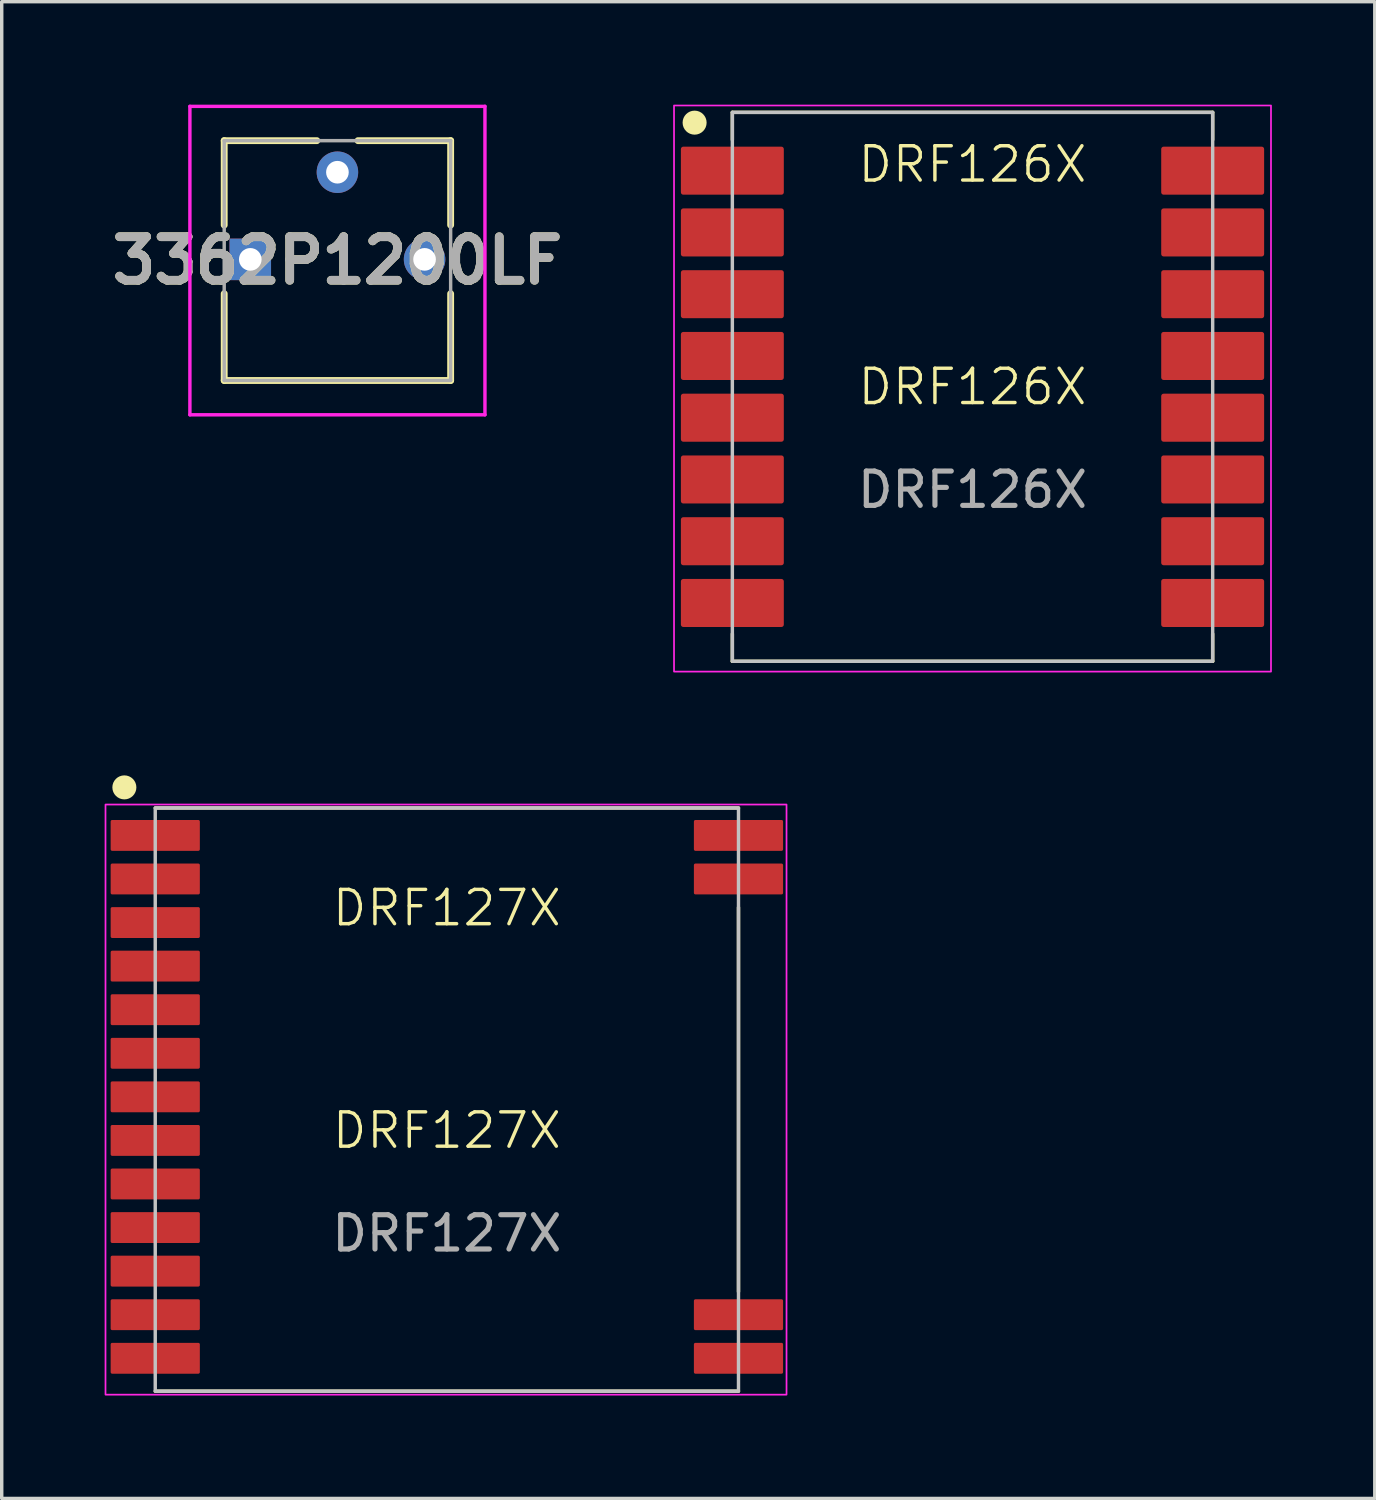
<source format=kicad_pcb>
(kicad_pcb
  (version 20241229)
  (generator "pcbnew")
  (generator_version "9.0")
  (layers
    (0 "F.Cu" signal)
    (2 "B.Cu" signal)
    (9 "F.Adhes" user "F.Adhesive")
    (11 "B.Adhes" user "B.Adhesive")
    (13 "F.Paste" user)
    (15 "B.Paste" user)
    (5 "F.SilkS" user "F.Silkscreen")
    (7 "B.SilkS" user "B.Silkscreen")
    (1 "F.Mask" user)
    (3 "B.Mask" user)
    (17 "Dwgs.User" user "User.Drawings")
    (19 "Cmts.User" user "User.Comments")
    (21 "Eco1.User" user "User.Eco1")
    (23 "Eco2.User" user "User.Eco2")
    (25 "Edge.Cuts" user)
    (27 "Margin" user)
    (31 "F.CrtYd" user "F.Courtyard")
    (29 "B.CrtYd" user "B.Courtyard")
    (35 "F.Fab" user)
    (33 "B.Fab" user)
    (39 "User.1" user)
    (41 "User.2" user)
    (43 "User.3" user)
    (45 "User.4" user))
  (footprint "3362P1200LF"
    (layer "F.Cu")
    (at 4.245 4.51)
    (property "Reference" "3362P1200LF" (at 2.54 0.035 0) (layer "F.SilkS") (effects (font (size 1.27 1.27) (thickness 0.254))))
    (attr through_hole)
    (fp_line (start -1.3 0) (end -1.3 0) (stroke (width 0.1) (type solid)) (layer "F.SilkS"))
    (fp_line (start -1.2 0) (end -1.2 0) (stroke (width 0.1) (type solid)) (layer "F.SilkS"))
    (fp_line (start -0.76 -3.46) (end 1.94 -3.46) (stroke (width 0.2) (type solid)) (layer "F.SilkS"))
    (fp_line (start -0.76 -1) (end -0.76 -3.46) (stroke (width 0.2) (type solid)) (layer "F.SilkS"))
    (fp_line (start -0.76 1) (end -0.76 3.53) (stroke (width 0.2) (type solid)) (layer "F.SilkS"))
    (fp_line (start -0.76 3.53) (end 5.84 3.53) (stroke (width 0.2) (type solid)) (layer "F.SilkS"))
    (fp_line (start 3.14 -3.46) (end 5.84 -3.46) (stroke (width 0.2) (type solid)) (layer "F.SilkS"))
    (fp_line (start 5.84 -3.46) (end 5.84 -1) (stroke (width 0.2) (type solid)) (layer "F.SilkS"))
    (fp_line (start 5.84 3.53) (end 5.84 1) (stroke (width 0.2) (type solid)) (layer "F.SilkS"))
    (fp_arc (start -1.3 0) (mid -1.25 -0.05) (end -1.2 0) (stroke (width 0.1) (type solid)) (layer "F.SilkS"))
    (fp_arc (start -1.2 0) (mid -1.25 0.05) (end -1.3 0) (stroke (width 0.1) (type solid)) (layer "F.SilkS"))
    (fp_line (start -1.76 -4.46) (end -1.76 4.53) (stroke (width 0.1) (type solid)) (layer "F.CrtYd"))
    (fp_line (start -1.76 4.53) (end 6.84 4.53) (stroke (width 0.1) (type solid)) (layer "F.CrtYd"))
    (fp_line (start 6.84 -4.46) (end -1.76 -4.46) (stroke (width 0.1) (type solid)) (layer "F.CrtYd"))
    (fp_line (start 6.84 4.53) (end 6.84 -4.46) (stroke (width 0.1) (type solid)) (layer "F.CrtYd"))
    (fp_line (start -0.76 -3.46) (end -0.76 3.53) (stroke (width 0.1) (type solid)) (layer "F.Fab"))
    (fp_line (start -0.76 3.53) (end 5.84 3.53) (stroke (width 0.1) (type solid)) (layer "F.Fab"))
    (fp_line (start 5.84 -3.46) (end -0.76 -3.46) (stroke (width 0.1) (type solid)) (layer "F.Fab"))
    (fp_line (start 5.84 3.53) (end 5.84 -3.46) (stroke (width 0.1) (type solid)) (layer "F.Fab"))
    (fp_text user "${REFERENCE}" (at 2.54 0.035 0) (layer "F.Fab") (effects (font (size 1.27 1.27) (thickness 0.254))))
    (pad "1" thru_hole rect (at 0 0) (size 1.21 1.21) (drill 0.66) (layers "*.Cu" "*.Mask"))
    (pad "2" thru_hole circle (at 2.54 -2.54) (size 1.21 1.21) (drill 0.66) (layers "*.Cu" "*.Mask"))
    (pad "3" thru_hole circle (at 5.08 0) (size 1.21 1.21) (drill 0.66) (layers "*.Cu" "*.Mask")))
  (footprint "DRF126X"
    (layer "F.Cu")
    (at 25.296 7.325)
    (property "Reference" "DRF126X" (at 0 0.9 0) (unlocked yes) (layer "F.SilkS") (effects (font (size 1 1) (thickness 0.1))))
    (attr smd)
    (fp_line (start -7 -7.1) (end 7 -7.1) (stroke (width 0.1) (type default)) (layer "F.SilkS"))
    (fp_line (start -7 -6.3) (end -7 -7.1) (stroke (width 0.1) (type default)) (layer "F.SilkS"))
    (fp_line (start -7 8.1) (end -7 8.9) (stroke (width 0.1) (type default)) (layer "F.SilkS"))
    (fp_line (start -7 8.9) (end 7 8.9) (stroke (width 0.1) (type default)) (layer "F.SilkS"))
    (fp_line (start 7 -7.1) (end 7 -6.3) (stroke (width 0.1) (type default)) (layer "F.SilkS"))
    (fp_line (start 7 8.9) (end 7 8.1) (stroke (width 0.1) (type default)) (layer "F.SilkS"))
    (fp_circle (center -8.1 -6.8) (end -7.8 -6.8) (stroke (width 0.1) (type solid)) (fill yes) (layer "F.SilkS"))
    (fp_rect (start -7 -7.1) (end 7 8.9) (stroke (width 0.1) (type solid)) (fill no) (layer "Dwgs.User"))
    (fp_rect (start -8.7 -7.3) (end 8.7 9.2) (stroke (width 0.05) (type default)) (fill no) (layer "F.CrtYd"))
    (fp_text user "DRF126X" (at -3.4 -5 0) (unlocked yes) (layer "F.SilkS") (effects (font (size 1 1) (thickness 0.1)) (justify left bottom)))
    (fp_text user "${REFERENCE}" (at 0 3.9 0) (unlocked yes) (layer "F.Fab") (effects (font (size 1 1) (thickness 0.15))))
    (pad "1" smd roundrect (at -7 -5.4) (size 3 1.4) (layers "F.Cu" "F.Mask" "F.Paste") (roundrect_rratio 0.05))
    (pad "2" smd roundrect (at -7 -3.6) (size 3 1.4) (layers "F.Cu" "F.Mask" "F.Paste") (roundrect_rratio 0.05))
    (pad "3" smd roundrect (at -7 -1.8) (size 3 1.4) (layers "F.Cu" "F.Mask" "F.Paste") (roundrect_rratio 0.05))
    (pad "4" smd roundrect (at -7 0) (size 3 1.4) (layers "F.Cu" "F.Mask" "F.Paste") (roundrect_rratio 0.05))
    (pad "5" smd roundrect (at -7 1.8) (size 3 1.4) (layers "F.Cu" "F.Mask" "F.Paste") (roundrect_rratio 0.05))
    (pad "6" smd roundrect (at -7 3.6) (size 3 1.4) (layers "F.Cu" "F.Mask" "F.Paste") (roundrect_rratio 0.05))
    (pad "7" smd roundrect (at -7 5.4) (size 3 1.4) (layers "F.Cu" "F.Mask" "F.Paste") (roundrect_rratio 0.05))
    (pad "8" smd roundrect (at -7 7.2) (size 3 1.4) (layers "F.Cu" "F.Mask" "F.Paste") (roundrect_rratio 0.05))
    (pad "9" smd roundrect (at 7 7.2) (size 3 1.4) (layers "F.Cu" "F.Mask" "F.Paste") (roundrect_rratio 0.05))
    (pad "10" smd roundrect (at 7 5.4) (size 3 1.4) (layers "F.Cu" "F.Mask" "F.Paste") (roundrect_rratio 0.05))
    (pad "11" smd roundrect (at 7 3.6) (size 3 1.4) (layers "F.Cu" "F.Mask" "F.Paste") (roundrect_rratio 0.05))
    (pad "12" smd roundrect (at 7 1.8) (size 3 1.4) (layers "F.Cu" "F.Mask" "F.Paste") (roundrect_rratio 0.05))
    (pad "13" smd roundrect (at 7 0) (size 3 1.4) (layers "F.Cu" "F.Mask" "F.Paste") (roundrect_rratio 0.05))
    (pad "14" smd roundrect (at 7 -1.8) (size 3 1.4) (layers "F.Cu" "F.Mask" "F.Paste") (roundrect_rratio 0.05))
    (pad "15" smd roundrect (at 7 -3.6) (size 3 1.4) (layers "F.Cu" "F.Mask" "F.Paste") (roundrect_rratio 0.05))
    (pad "16" smd roundrect (at 7 -5.4) (size 3 1.4) (layers "F.Cu" "F.Mask" "F.Paste") (roundrect_rratio 0.05)))
  (footprint "DRF127X"
    (layer "F.Cu")
    (at 9.975 29)
    (property "Reference" "DRF127X" (at 0 0.9 0) (unlocked yes) (layer "F.SilkS") (effects (font (size 1 1) (thickness 0.1))))
    (attr smd)
    (fp_line (start -8.5 -8.5) (end 8.5 -8.5) (stroke (width 0.1) (type solid)) (layer "F.SilkS"))
    (fp_line (start -8.5 8.5) (end 8.5 8.5) (stroke (width 0.1) (type solid)) (layer "F.SilkS"))
    (fp_line (start 8.5 -5.6) (end 8.5 5.6) (stroke (width 0.1) (type default)) (layer "F.SilkS"))
    (fp_circle (center -9.4 -9.1) (end -9.1 -9.1) (stroke (width 0.1) (type solid)) (fill yes) (layer "F.SilkS"))
    (fp_rect (start -8.5 -8.5) (end 8.5 8.5) (stroke (width 0.1) (type solid)) (fill no) (layer "Dwgs.User"))
    (fp_rect (start -9.95 -8.6) (end 9.9 8.6) (stroke (width 0.05) (type solid)) (fill no) (layer "F.CrtYd"))
    (fp_text user "DRF127X" (at -3.4 -5 0) (unlocked yes) (layer "F.SilkS") (effects (font (size 1 1) (thickness 0.1)) (justify left bottom)))
    (fp_text user "${REFERENCE}" (at 0 3.9 0) (unlocked yes) (layer "F.Fab") (effects (font (size 1 1) (thickness 0.15))))
    (pad "1" smd roundrect (at -8.5 -7.7) (size 2.6 0.9) (layers "F.Cu" "F.Mask" "F.Paste") (roundrect_rratio 0.05))
    (pad "2" smd roundrect (at -8.5 -6.43) (size 2.6 0.9) (layers "F.Cu" "F.Mask" "F.Paste") (roundrect_rratio 0.05))
    (pad "3" smd roundrect (at -8.5 -5.16) (size 2.6 0.9) (layers "F.Cu" "F.Mask" "F.Paste") (roundrect_rratio 0.05))
    (pad "4" smd roundrect (at -8.5 -3.89) (size 2.6 0.9) (layers "F.Cu" "F.Mask" "F.Paste") (roundrect_rratio 0.05))
    (pad "5" smd roundrect (at -8.5 -2.62) (size 2.6 0.9) (layers "F.Cu" "F.Mask" "F.Paste") (roundrect_rratio 0.05))
    (pad "6" smd roundrect (at -8.5 -1.35) (size 2.6 0.9) (layers "F.Cu" "F.Mask" "F.Paste") (roundrect_rratio 0.05))
    (pad "7" smd roundrect (at -8.5 -0.08) (size 2.6 0.9) (layers "F.Cu" "F.Mask" "F.Paste") (roundrect_rratio 0.05))
    (pad "8" smd roundrect (at -8.5 1.19) (size 2.6 0.9) (layers "F.Cu" "F.Mask" "F.Paste") (roundrect_rratio 0.05))
    (pad "9" smd roundrect (at -8.5 2.46) (size 2.6 0.9) (layers "F.Cu" "F.Mask" "F.Paste") (roundrect_rratio 0.05))
    (pad "10" smd roundrect (at -8.5 3.73) (size 2.6 0.9) (layers "F.Cu" "F.Mask" "F.Paste") (roundrect_rratio 0.05))
    (pad "11" smd roundrect (at -8.5 5) (size 2.6 0.9) (layers "F.Cu" "F.Mask" "F.Paste") (roundrect_rratio 0.05))
    (pad "12" smd roundrect (at -8.5 6.27) (size 2.6 0.9) (layers "F.Cu" "F.Mask" "F.Paste") (roundrect_rratio 0.05))
    (pad "13" smd roundrect (at -8.5 7.54) (size 2.6 0.9) (layers "F.Cu" "F.Mask" "F.Paste") (roundrect_rratio 0.05))
    (pad "14" smd roundrect (at 8.5 7.54) (size 2.6 0.9) (layers "F.Cu" "F.Mask" "F.Paste") (roundrect_rratio 0.05))
    (pad "15" smd roundrect (at 8.5 6.27) (size 2.6 0.9) (layers "F.Cu" "F.Mask" "F.Paste") (roundrect_rratio 0.05))
    (pad "16" smd roundrect (at 8.5 -6.43) (size 2.6 0.9) (layers "F.Cu" "F.Mask" "F.Paste") (roundrect_rratio 0.05))
    (pad "17" smd roundrect (at 8.5 -7.7) (size 2.6 0.9) (layers "F.Cu" "F.Mask" "F.Paste") (roundrect_rratio 0.05)))
  (gr_rect
    (start -3 -3)
    (end 37.021 40.625)
    (stroke (width 0.1) (type default))
    (fill no)
    (layer "Edge.Cuts")))
</source>
